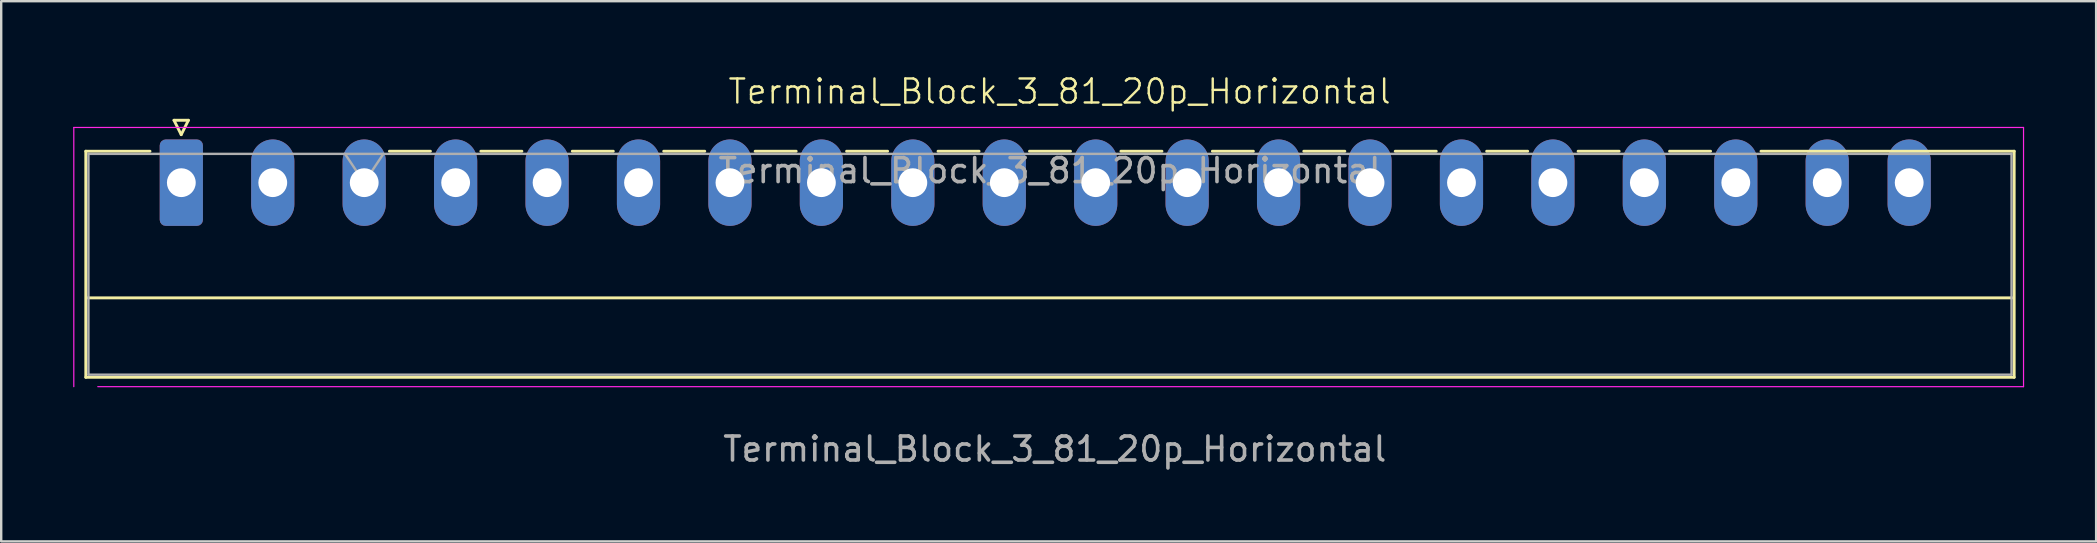
<source format=kicad_pcb>
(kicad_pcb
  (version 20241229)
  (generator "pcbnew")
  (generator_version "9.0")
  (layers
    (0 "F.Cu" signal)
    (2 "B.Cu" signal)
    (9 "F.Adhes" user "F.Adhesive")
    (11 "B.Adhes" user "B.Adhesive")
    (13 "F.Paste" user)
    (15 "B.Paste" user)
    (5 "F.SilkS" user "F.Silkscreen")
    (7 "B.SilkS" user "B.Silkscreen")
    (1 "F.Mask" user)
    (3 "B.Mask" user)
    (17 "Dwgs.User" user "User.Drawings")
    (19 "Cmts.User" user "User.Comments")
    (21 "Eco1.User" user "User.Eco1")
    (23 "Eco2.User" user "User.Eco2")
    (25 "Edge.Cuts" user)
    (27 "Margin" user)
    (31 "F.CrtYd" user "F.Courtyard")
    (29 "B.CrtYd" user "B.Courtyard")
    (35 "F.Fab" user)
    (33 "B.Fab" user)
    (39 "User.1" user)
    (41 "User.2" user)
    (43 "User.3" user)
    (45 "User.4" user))
  (footprint "Terminal_Block_3_81_20p_Horizontal"
    (layer "F.Cu")
    (at 40.7 4.561)
    (property "Reference" "Terminal_Block_3_81_20p_Horizontal" (at 0.4 -3.8 0) (unlocked yes) (layer "F.SilkS") (effects (font (size 1 1) (thickness 0.1))))
    (attr smd)
    (fp_line (start -40.175 -1.31) (end -40.175 8.11) (stroke (width 0.12) (type solid)) (layer "F.SilkS"))
    (fp_line (start -40.175 -1.31) (end -37.5 -1.31) (stroke (width 0.12) (type solid)) (layer "F.SilkS"))
    (fp_line (start -40.175 8.11) (end 40.175 8.11) (stroke (width 0.12) (type solid)) (layer "F.SilkS"))
    (fp_line (start -40.1 4.8) (end 40.1 4.8) (stroke (width 0.12) (type solid)) (layer "F.SilkS"))
    (fp_line (start -36.5 -2.6) (end -35.9 -2.6) (stroke (width 0.12) (type solid)) (layer "F.SilkS"))
    (fp_line (start -36.2 -2) (end -36.5 -2.6) (stroke (width 0.12) (type solid)) (layer "F.SilkS"))
    (fp_line (start -35.9 -2.6) (end -36.2 -2) (stroke (width 0.12) (type solid)) (layer "F.SilkS"))
    (fp_line (start -27.525 -1.31) (end -25.815 -1.31) (stroke (width 0.12) (type solid)) (layer "F.SilkS"))
    (fp_line (start -23.715 -1.31) (end -22.005 -1.31) (stroke (width 0.12) (type solid)) (layer "F.SilkS"))
    (fp_line (start -19.905 -1.31) (end -18.195 -1.31) (stroke (width 0.12) (type solid)) (layer "F.SilkS"))
    (fp_line (start -16.095 -1.31) (end -14.385 -1.31) (stroke (width 0.12) (type solid)) (layer "F.SilkS"))
    (fp_line (start -12.285 -1.31) (end -10.575 -1.31) (stroke (width 0.12) (type solid)) (layer "F.SilkS"))
    (fp_line (start -8.475 -1.31) (end -6.765 -1.31) (stroke (width 0.12) (type solid)) (layer "F.SilkS"))
    (fp_line (start -4.665 -1.31) (end -2.955 -1.31) (stroke (width 0.12) (type solid)) (layer "F.SilkS"))
    (fp_line (start -0.855 -1.31) (end 0.855 -1.31) (stroke (width 0.12) (type solid)) (layer "F.SilkS"))
    (fp_line (start 2.955 -1.31) (end 4.665 -1.31) (stroke (width 0.12) (type solid)) (layer "F.SilkS"))
    (fp_line (start 6.765 -1.31) (end 8.475 -1.31) (stroke (width 0.12) (type solid)) (layer "F.SilkS"))
    (fp_line (start 10.575 -1.31) (end 12.285 -1.31) (stroke (width 0.12) (type solid)) (layer "F.SilkS"))
    (fp_line (start 14.385 -1.31) (end 16.095 -1.31) (stroke (width 0.12) (type solid)) (layer "F.SilkS"))
    (fp_line (start 18.195 -1.31) (end 19.905 -1.31) (stroke (width 0.12) (type solid)) (layer "F.SilkS"))
    (fp_line (start 22.005 -1.31) (end 23.715 -1.31) (stroke (width 0.12) (type solid)) (layer "F.SilkS"))
    (fp_line (start 25.815 -1.31) (end 27.525 -1.31) (stroke (width 0.12) (type solid)) (layer "F.SilkS"))
    (fp_line (start 40.175 -1.31) (end 29.625 -1.31) (stroke (width 0.12) (type solid)) (layer "F.SilkS"))
    (fp_line (start 40.175 8.11) (end 40.175 -1.31) (stroke (width 0.12) (type solid)) (layer "F.SilkS"))
    (fp_line (start -40.675 -2.3) (end -40.675 8.5) (stroke (width 0.05) (type solid)) (layer "F.CrtYd"))
    (fp_line (start -39.675 8.5) (end 40.565 8.5) (stroke (width 0.05) (type solid)) (layer "F.CrtYd"))
    (fp_line (start 40.565 -2.3) (end -40.675 -2.3) (stroke (width 0.05) (type solid)) (layer "F.CrtYd"))
    (fp_line (start 40.565 8.5) (end 40.565 -2.3) (stroke (width 0.05) (type solid)) (layer "F.CrtYd"))
    (fp_line (start -40.065 -1.2) (end -40.065 8) (stroke (width 0.1) (type solid)) (layer "F.Fab"))
    (fp_line (start -40.065 8) (end 40.065 8) (stroke (width 0.1) (type solid)) (layer "F.Fab"))
    (fp_line (start -28.575 0) (end -29.375 -1.2) (stroke (width 0.1) (type solid)) (layer "F.Fab"))
    (fp_line (start -27.775 -1.2) (end -28.575 0) (stroke (width 0.1) (type solid)) (layer "F.Fab"))
    (fp_line (start 40.065 -1.2) (end -40.065 -1.2) (stroke (width 0.1) (type solid)) (layer "F.Fab"))
    (fp_line (start 40.065 8) (end 40.065 -1.2) (stroke (width 0.1) (type solid)) (layer "F.Fab"))
    (fp_text user "${REFERENCE}" (at 0.005 -0.5 0) (layer "F.Fab") (effects (font (size 1 1) (thickness 0.15))))
    (fp_text user "${REFERENCE}" (at 0.2 11.1 0) (unlocked yes) (layer "F.Fab") (effects (font (size 1 1) (thickness 0.15))))
    (pad "1" thru_hole roundrect (at -36.195 0) (size 1.8 3.6) (drill 1.2) (layers "*.Cu" "*.Mask") (roundrect_rratio 0.139))
    (pad "2" thru_hole oval (at -32.385 0) (size 1.8 3.6) (drill 1.2) (layers "*.Cu" "*.Mask"))
    (pad "3" thru_hole oval (at -28.575 0) (size 1.8 3.6) (drill 1.2) (layers "*.Cu" "*.Mask"))
    (pad "4" thru_hole oval (at -24.765 0) (size 1.8 3.6) (drill 1.2) (layers "*.Cu" "*.Mask"))
    (pad "5" thru_hole oval (at -20.955 0) (size 1.8 3.6) (drill 1.2) (layers "*.Cu" "*.Mask"))
    (pad "6" thru_hole oval (at -17.145 0) (size 1.8 3.6) (drill 1.2) (layers "*.Cu" "*.Mask"))
    (pad "7" thru_hole oval (at -13.335 0) (size 1.8 3.6) (drill 1.2) (layers "*.Cu" "*.Mask"))
    (pad "8" thru_hole oval (at -9.525 0) (size 1.8 3.6) (drill 1.2) (layers "*.Cu" "*.Mask"))
    (pad "9" thru_hole oval (at -5.715 0) (size 1.8 3.6) (drill 1.2) (layers "*.Cu" "*.Mask"))
    (pad "10" thru_hole oval (at -1.905 0) (size 1.8 3.6) (drill 1.2) (layers "*.Cu" "*.Mask"))
    (pad "11" thru_hole oval (at 1.905 0) (size 1.8 3.6) (drill 1.2) (layers "*.Cu" "*.Mask"))
    (pad "12" thru_hole oval (at 5.715 0) (size 1.8 3.6) (drill 1.2) (layers "*.Cu" "*.Mask"))
    (pad "13" thru_hole oval (at 9.525 0) (size 1.8 3.6) (drill 1.2) (layers "*.Cu" "*.Mask"))
    (pad "14" thru_hole oval (at 13.335 0) (size 1.8 3.6) (drill 1.2) (layers "*.Cu" "*.Mask"))
    (pad "15" thru_hole oval (at 17.145 0) (size 1.8 3.6) (drill 1.2) (layers "*.Cu" "*.Mask"))
    (pad "16" thru_hole oval (at 20.955 0) (size 1.8 3.6) (drill 1.2) (layers "*.Cu" "*.Mask"))
    (pad "17" thru_hole oval (at 24.765 0) (size 1.8 3.6) (drill 1.2) (layers "*.Cu" "*.Mask"))
    (pad "18" thru_hole oval (at 28.575 0) (size 1.8 3.6) (drill 1.2) (layers "*.Cu" "*.Mask"))
    (pad "19" thru_hole oval (at 32.385 0) (size 1.8 3.6) (drill 1.2) (layers "*.Cu" "*.Mask"))
    (pad "20" thru_hole oval (at 35.8 0) (size 1.8 3.6) (drill 1.2) (layers "*.Cu" "*.Mask")))
  (gr_rect
    (start -3 -3)
    (end 84.29 19.509)
    (stroke (width 0.1) (type default))
    (fill no)
    (layer "Edge.Cuts")))
</source>
